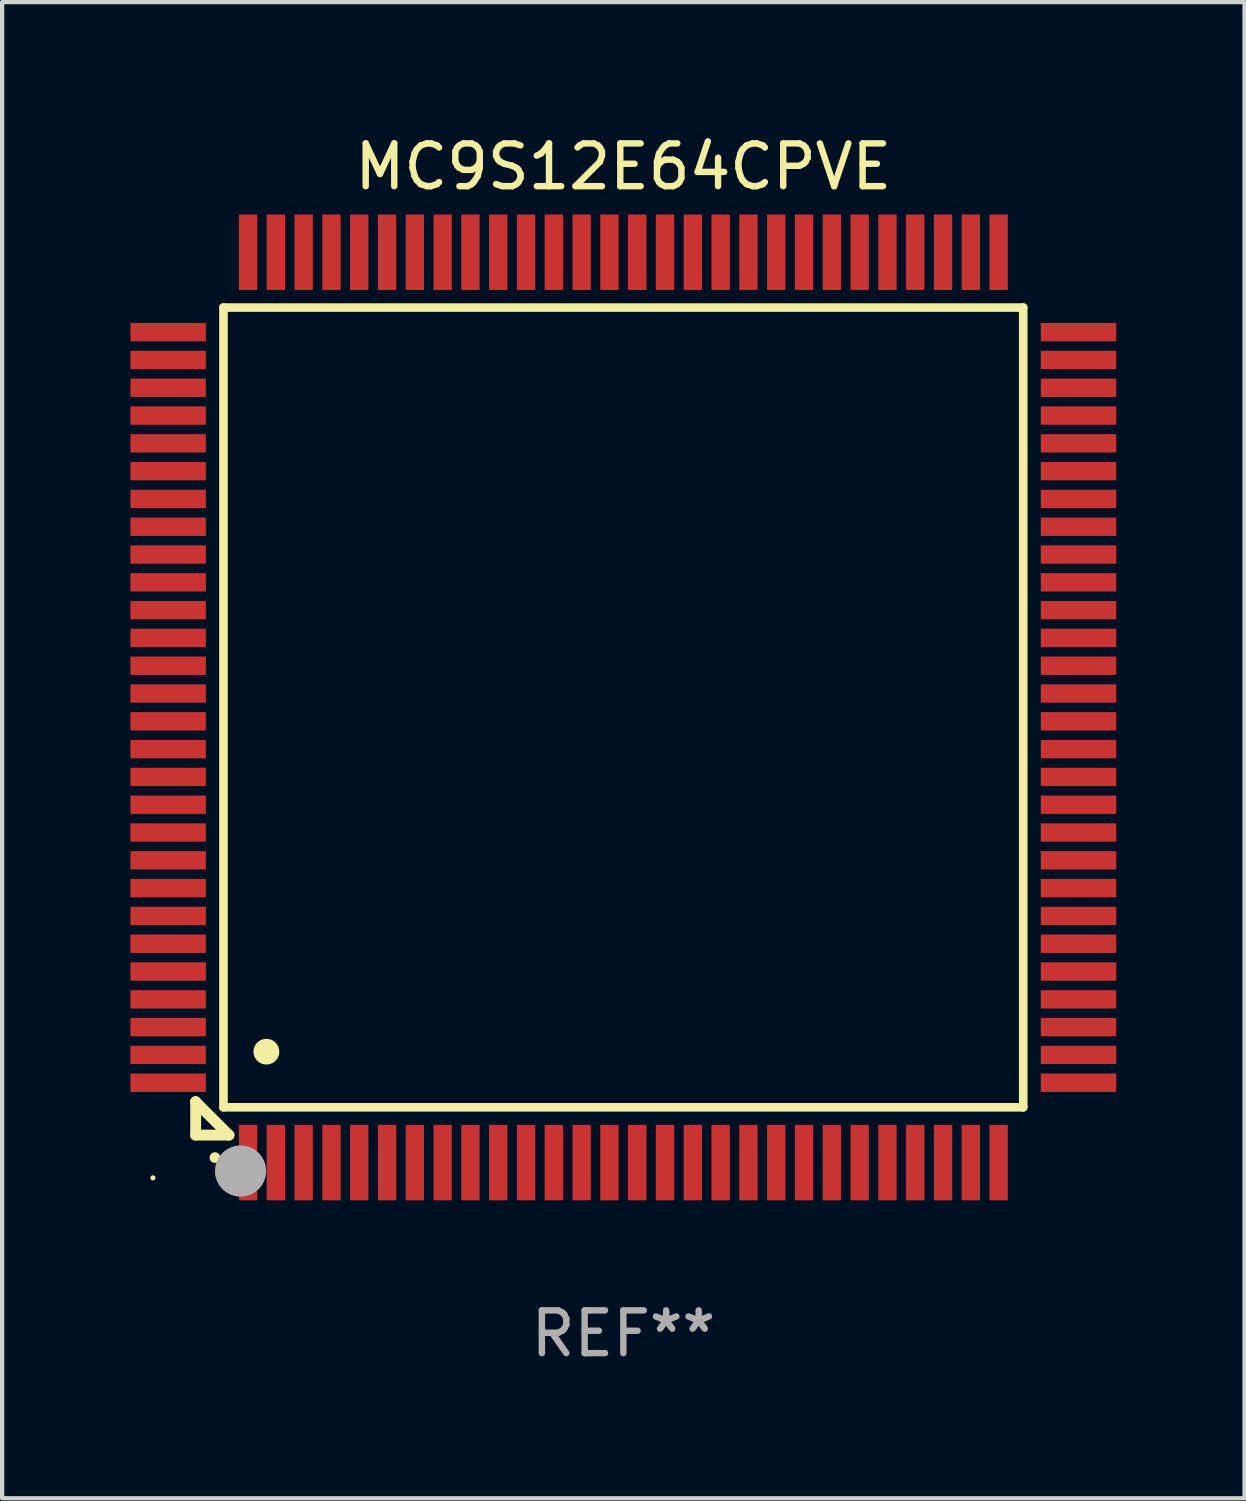
<source format=kicad_pcb>
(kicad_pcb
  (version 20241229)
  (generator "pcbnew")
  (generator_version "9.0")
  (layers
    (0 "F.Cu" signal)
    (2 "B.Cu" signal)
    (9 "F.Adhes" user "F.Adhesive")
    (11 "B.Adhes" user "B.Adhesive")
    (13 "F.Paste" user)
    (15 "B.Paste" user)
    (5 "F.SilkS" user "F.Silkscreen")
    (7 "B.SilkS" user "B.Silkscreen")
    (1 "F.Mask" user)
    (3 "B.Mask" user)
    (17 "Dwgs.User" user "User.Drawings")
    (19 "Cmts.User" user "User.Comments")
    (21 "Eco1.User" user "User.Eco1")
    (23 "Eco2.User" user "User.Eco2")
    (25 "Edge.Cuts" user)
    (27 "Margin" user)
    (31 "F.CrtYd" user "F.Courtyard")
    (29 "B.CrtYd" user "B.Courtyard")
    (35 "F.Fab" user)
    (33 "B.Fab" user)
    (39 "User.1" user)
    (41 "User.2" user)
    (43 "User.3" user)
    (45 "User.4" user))
  (footprint "MC9S12E64CPVE"
    (layer "F.Cu")
    (at 11.525 13.491)
    (property "Reference" "MC9S12E64CPVE" (at 0 -12.643 0) (layer "F.SilkS") (effects (font (size 1 1) (thickness 0.15))))
    (attr through_hole)
    (fp_line (start -10 9.221) (end -10 9.221) (stroke (width 0.254) (type solid)) (layer "F.SilkS"))
    (fp_line (start -10 9.221) (end -10 10) (stroke (width 0.254) (type solid)) (layer "F.SilkS"))
    (fp_line (start -10 9.221) (end -9.221 10) (stroke (width 0.254) (type solid)) (layer "F.SilkS"))
    (fp_line (start -10 10) (end -9.221 10) (stroke (width 0.254) (type solid)) (layer "F.SilkS"))
    (fp_line (start -9.35 -9.35) (end -9.35 9.35) (stroke (width 0.201) (type solid)) (layer "F.SilkS"))
    (fp_line (start -9.35 9.35) (end 9.35 9.35) (stroke (width 0.201) (type solid)) (layer "F.SilkS"))
    (fp_line (start 9.35 -9.35) (end -9.35 -9.35) (stroke (width 0.201) (type solid)) (layer "F.SilkS"))
    (fp_line (start 9.35 9.35) (end 9.35 -9.35) (stroke (width 0.201) (type solid)) (layer "F.SilkS"))
    (fp_arc (start -9.550546 10.525832) (mid -9.549276 10.525826) (end -9.548006 10.525832) (stroke (width 0.24892) (type solid)) (layer "F.SilkS"))
    (fp_arc (start -8.349124 8.049327) (mid -8.346584 8.049316) (end -8.344044 8.049327) (stroke (width 0.599441) (type solid)) (layer "F.SilkS"))
    (fp_circle (center -11 11) (end -10.97 11) (stroke (width 0.06) (type solid)) (fill no) (layer "F.SilkS"))
    (fp_circle (center -8.95 10.84) (end -8.65 10.84) (stroke (width 0.6) (type solid)) (fill no) (layer "F.Fab"))
    (fp_text user "REF**" (at 0 14.643 0) (layer "F.Fab") (effects (font (size 1 1) (thickness 0.15))))
    (pad "1" smd rect (at -8.775 10.643) (size 0.43 1.765) (layers "F.Cu" "F.Mask" "F.Paste"))
    (pad "2" smd rect (at -8.125 10.643) (size 0.43 1.765) (layers "F.Cu" "F.Mask" "F.Paste"))
    (pad "3" smd rect (at -7.475 10.643) (size 0.43 1.765) (layers "F.Cu" "F.Mask" "F.Paste"))
    (pad "4" smd rect (at -6.825 10.643) (size 0.43 1.765) (layers "F.Cu" "F.Mask" "F.Paste"))
    (pad "5" smd rect (at -6.175 10.643) (size 0.43 1.765) (layers "F.Cu" "F.Mask" "F.Paste"))
    (pad "6" smd rect (at -5.525 10.643) (size 0.43 1.765) (layers "F.Cu" "F.Mask" "F.Paste"))
    (pad "7" smd rect (at -4.875 10.643) (size 0.43 1.765) (layers "F.Cu" "F.Mask" "F.Paste"))
    (pad "8" smd rect (at -4.225 10.643) (size 0.43 1.765) (layers "F.Cu" "F.Mask" "F.Paste"))
    (pad "9" smd rect (at -3.575 10.643) (size 0.43 1.765) (layers "F.Cu" "F.Mask" "F.Paste"))
    (pad "10" smd rect (at -2.925 10.643) (size 0.43 1.765) (layers "F.Cu" "F.Mask" "F.Paste"))
    (pad "11" smd rect (at -2.275 10.643) (size 0.43 1.765) (layers "F.Cu" "F.Mask" "F.Paste"))
    (pad "12" smd rect (at -1.625 10.643) (size 0.43 1.765) (layers "F.Cu" "F.Mask" "F.Paste"))
    (pad "13" smd rect (at -0.975 10.643) (size 0.43 1.765) (layers "F.Cu" "F.Mask" "F.Paste"))
    (pad "14" smd rect (at -0.325 10.643) (size 0.43 1.765) (layers "F.Cu" "F.Mask" "F.Paste"))
    (pad "15" smd rect (at 0.325 10.643) (size 0.43 1.765) (layers "F.Cu" "F.Mask" "F.Paste"))
    (pad "16" smd rect (at 0.975 10.643) (size 0.43 1.765) (layers "F.Cu" "F.Mask" "F.Paste"))
    (pad "17" smd rect (at 1.625 10.643) (size 0.43 1.765) (layers "F.Cu" "F.Mask" "F.Paste"))
    (pad "18" smd rect (at 2.275 10.643) (size 0.43 1.765) (layers "F.Cu" "F.Mask" "F.Paste"))
    (pad "19" smd rect (at 2.925 10.643) (size 0.43 1.765) (layers "F.Cu" "F.Mask" "F.Paste"))
    (pad "20" smd rect (at 3.575 10.643) (size 0.43 1.765) (layers "F.Cu" "F.Mask" "F.Paste"))
    (pad "21" smd rect (at 4.225 10.643) (size 0.43 1.765) (layers "F.Cu" "F.Mask" "F.Paste"))
    (pad "22" smd rect (at 4.875 10.643) (size 0.43 1.765) (layers "F.Cu" "F.Mask" "F.Paste"))
    (pad "23" smd rect (at 5.525 10.643) (size 0.43 1.765) (layers "F.Cu" "F.Mask" "F.Paste"))
    (pad "24" smd rect (at 6.175 10.643) (size 0.43 1.765) (layers "F.Cu" "F.Mask" "F.Paste"))
    (pad "25" smd rect (at 6.825 10.643) (size 0.43 1.765) (layers "F.Cu" "F.Mask" "F.Paste"))
    (pad "26" smd rect (at 7.475 10.643) (size 0.43 1.765) (layers "F.Cu" "F.Mask" "F.Paste"))
    (pad "27" smd rect (at 8.125 10.643) (size 0.43 1.765) (layers "F.Cu" "F.Mask" "F.Paste"))
    (pad "28" smd rect (at 8.775 10.643) (size 0.43 1.765) (layers "F.Cu" "F.Mask" "F.Paste"))
    (pad "29" smd rect (at 10.643 8.775) (size 1.765 0.43) (layers "F.Cu" "F.Mask" "F.Paste"))
    (pad "30" smd rect (at 10.643 8.125) (size 1.765 0.43) (layers "F.Cu" "F.Mask" "F.Paste"))
    (pad "31" smd rect (at 10.643 7.475) (size 1.765 0.43) (layers "F.Cu" "F.Mask" "F.Paste"))
    (pad "32" smd rect (at 10.643 6.825) (size 1.765 0.43) (layers "F.Cu" "F.Mask" "F.Paste"))
    (pad "33" smd rect (at 10.643 6.175) (size 1.765 0.43) (layers "F.Cu" "F.Mask" "F.Paste"))
    (pad "34" smd rect (at 10.643 5.525) (size 1.765 0.43) (layers "F.Cu" "F.Mask" "F.Paste"))
    (pad "35" smd rect (at 10.643 4.875) (size 1.765 0.43) (layers "F.Cu" "F.Mask" "F.Paste"))
    (pad "36" smd rect (at 10.643 4.225) (size 1.765 0.43) (layers "F.Cu" "F.Mask" "F.Paste"))
    (pad "37" smd rect (at 10.643 3.575) (size 1.765 0.43) (layers "F.Cu" "F.Mask" "F.Paste"))
    (pad "38" smd rect (at 10.643 2.925) (size 1.765 0.43) (layers "F.Cu" "F.Mask" "F.Paste"))
    (pad "39" smd rect (at 10.643 2.275) (size 1.765 0.43) (layers "F.Cu" "F.Mask" "F.Paste"))
    (pad "40" smd rect (at 10.643 1.625) (size 1.765 0.43) (layers "F.Cu" "F.Mask" "F.Paste"))
    (pad "41" smd rect (at 10.643 0.975) (size 1.765 0.43) (layers "F.Cu" "F.Mask" "F.Paste"))
    (pad "42" smd rect (at 10.643 0.325) (size 1.765 0.43) (layers "F.Cu" "F.Mask" "F.Paste"))
    (pad "43" smd rect (at 10.643 -0.325) (size 1.765 0.43) (layers "F.Cu" "F.Mask" "F.Paste"))
    (pad "44" smd rect (at 10.643 -0.975) (size 1.765 0.43) (layers "F.Cu" "F.Mask" "F.Paste"))
    (pad "45" smd rect (at 10.643 -1.625) (size 1.765 0.43) (layers "F.Cu" "F.Mask" "F.Paste"))
    (pad "46" smd rect (at 10.643 -2.275) (size 1.765 0.43) (layers "F.Cu" "F.Mask" "F.Paste"))
    (pad "47" smd rect (at 10.643 -2.925) (size 1.765 0.43) (layers "F.Cu" "F.Mask" "F.Paste"))
    (pad "48" smd rect (at 10.643 -3.575) (size 1.765 0.43) (layers "F.Cu" "F.Mask" "F.Paste"))
    (pad "49" smd rect (at 10.643 -4.225) (size 1.765 0.43) (layers "F.Cu" "F.Mask" "F.Paste"))
    (pad "50" smd rect (at 10.643 -4.875) (size 1.765 0.43) (layers "F.Cu" "F.Mask" "F.Paste"))
    (pad "51" smd rect (at 10.643 -5.525) (size 1.765 0.43) (layers "F.Cu" "F.Mask" "F.Paste"))
    (pad "52" smd rect (at 10.643 -6.175) (size 1.765 0.43) (layers "F.Cu" "F.Mask" "F.Paste"))
    (pad "53" smd rect (at 10.643 -6.825) (size 1.765 0.43) (layers "F.Cu" "F.Mask" "F.Paste"))
    (pad "54" smd rect (at 10.643 -7.475) (size 1.765 0.43) (layers "F.Cu" "F.Mask" "F.Paste"))
    (pad "55" smd rect (at 10.643 -8.125) (size 1.765 0.43) (layers "F.Cu" "F.Mask" "F.Paste"))
    (pad "56" smd rect (at 10.643 -8.775) (size 1.765 0.43) (layers "F.Cu" "F.Mask" "F.Paste"))
    (pad "57" smd rect (at 8.775 -10.643) (size 0.43 1.765) (layers "F.Cu" "F.Mask" "F.Paste"))
    (pad "58" smd rect (at 8.125 -10.643) (size 0.43 1.765) (layers "F.Cu" "F.Mask" "F.Paste"))
    (pad "59" smd rect (at 7.475 -10.643) (size 0.43 1.765) (layers "F.Cu" "F.Mask" "F.Paste"))
    (pad "60" smd rect (at 6.825 -10.643) (size 0.43 1.765) (layers "F.Cu" "F.Mask" "F.Paste"))
    (pad "61" smd rect (at 6.175 -10.643) (size 0.43 1.765) (layers "F.Cu" "F.Mask" "F.Paste"))
    (pad "62" smd rect (at 5.525 -10.643) (size 0.43 1.765) (layers "F.Cu" "F.Mask" "F.Paste"))
    (pad "63" smd rect (at 4.875 -10.643) (size 0.43 1.765) (layers "F.Cu" "F.Mask" "F.Paste"))
    (pad "64" smd rect (at 4.225 -10.643) (size 0.43 1.765) (layers "F.Cu" "F.Mask" "F.Paste"))
    (pad "65" smd rect (at 3.575 -10.643) (size 0.43 1.765) (layers "F.Cu" "F.Mask" "F.Paste"))
    (pad "66" smd rect (at 2.925 -10.643) (size 0.43 1.765) (layers "F.Cu" "F.Mask" "F.Paste"))
    (pad "67" smd rect (at 2.275 -10.643) (size 0.43 1.765) (layers "F.Cu" "F.Mask" "F.Paste"))
    (pad "68" smd rect (at 1.625 -10.643) (size 0.43 1.765) (layers "F.Cu" "F.Mask" "F.Paste"))
    (pad "69" smd rect (at 0.975 -10.643) (size 0.43 1.765) (layers "F.Cu" "F.Mask" "F.Paste"))
    (pad "70" smd rect (at 0.325 -10.643) (size 0.43 1.765) (layers "F.Cu" "F.Mask" "F.Paste"))
    (pad "71" smd rect (at -0.325 -10.643) (size 0.43 1.765) (layers "F.Cu" "F.Mask" "F.Paste"))
    (pad "72" smd rect (at -0.975 -10.643) (size 0.43 1.765) (layers "F.Cu" "F.Mask" "F.Paste"))
    (pad "73" smd rect (at -1.625 -10.643) (size 0.43 1.765) (layers "F.Cu" "F.Mask" "F.Paste"))
    (pad "74" smd rect (at -2.275 -10.643) (size 0.43 1.765) (layers "F.Cu" "F.Mask" "F.Paste"))
    (pad "75" smd rect (at -2.925 -10.643) (size 0.43 1.765) (layers "F.Cu" "F.Mask" "F.Paste"))
    (pad "76" smd rect (at -3.575 -10.643) (size 0.43 1.765) (layers "F.Cu" "F.Mask" "F.Paste"))
    (pad "77" smd rect (at -4.225 -10.643) (size 0.43 1.765) (layers "F.Cu" "F.Mask" "F.Paste"))
    (pad "78" smd rect (at -4.875 -10.643) (size 0.43 1.765) (layers "F.Cu" "F.Mask" "F.Paste"))
    (pad "79" smd rect (at -5.525 -10.643) (size 0.43 1.765) (layers "F.Cu" "F.Mask" "F.Paste"))
    (pad "80" smd rect (at -6.175 -10.643) (size 0.43 1.765) (layers "F.Cu" "F.Mask" "F.Paste"))
    (pad "81" smd rect (at -6.825 -10.643) (size 0.43 1.765) (layers "F.Cu" "F.Mask" "F.Paste"))
    (pad "82" smd rect (at -7.475 -10.643) (size 0.43 1.765) (layers "F.Cu" "F.Mask" "F.Paste"))
    (pad "83" smd rect (at -8.125 -10.643) (size 0.43 1.765) (layers "F.Cu" "F.Mask" "F.Paste"))
    (pad "84" smd rect (at -8.775 -10.643) (size 0.43 1.765) (layers "F.Cu" "F.Mask" "F.Paste"))
    (pad "85" smd rect (at -10.643 -8.775) (size 1.765 0.43) (layers "F.Cu" "F.Mask" "F.Paste"))
    (pad "86" smd rect (at -10.643 -8.125) (size 1.765 0.43) (layers "F.Cu" "F.Mask" "F.Paste"))
    (pad "87" smd rect (at -10.643 -7.475) (size 1.765 0.43) (layers "F.Cu" "F.Mask" "F.Paste"))
    (pad "88" smd rect (at -10.643 -6.825) (size 1.765 0.43) (layers "F.Cu" "F.Mask" "F.Paste"))
    (pad "89" smd rect (at -10.643 -6.175) (size 1.765 0.43) (layers "F.Cu" "F.Mask" "F.Paste"))
    (pad "90" smd rect (at -10.643 -5.525) (size 1.765 0.43) (layers "F.Cu" "F.Mask" "F.Paste"))
    (pad "91" smd rect (at -10.643 -4.875) (size 1.765 0.43) (layers "F.Cu" "F.Mask" "F.Paste"))
    (pad "92" smd rect (at -10.643 -4.225) (size 1.765 0.43) (layers "F.Cu" "F.Mask" "F.Paste"))
    (pad "93" smd rect (at -10.643 -3.575) (size 1.765 0.43) (layers "F.Cu" "F.Mask" "F.Paste"))
    (pad "94" smd rect (at -10.643 -2.925) (size 1.765 0.43) (layers "F.Cu" "F.Mask" "F.Paste"))
    (pad "95" smd rect (at -10.643 -2.275) (size 1.765 0.43) (layers "F.Cu" "F.Mask" "F.Paste"))
    (pad "96" smd rect (at -10.643 -1.625) (size 1.765 0.43) (layers "F.Cu" "F.Mask" "F.Paste"))
    (pad "97" smd rect (at -10.643 -0.975) (size 1.765 0.43) (layers "F.Cu" "F.Mask" "F.Paste"))
    (pad "98" smd rect (at -10.643 -0.325) (size 1.765 0.43) (layers "F.Cu" "F.Mask" "F.Paste"))
    (pad "99" smd rect (at -10.643 0.325) (size 1.765 0.43) (layers "F.Cu" "F.Mask" "F.Paste"))
    (pad "100" smd rect (at -10.643 0.975) (size 1.765 0.43) (layers "F.Cu" "F.Mask" "F.Paste"))
    (pad "101" smd rect (at -10.643 1.625) (size 1.765 0.43) (layers "F.Cu" "F.Mask" "F.Paste"))
    (pad "102" smd rect (at -10.643 2.275) (size 1.765 0.43) (layers "F.Cu" "F.Mask" "F.Paste"))
    (pad "103" smd rect (at -10.643 2.925) (size 1.765 0.43) (layers "F.Cu" "F.Mask" "F.Paste"))
    (pad "104" smd rect (at -10.643 3.575) (size 1.765 0.43) (layers "F.Cu" "F.Mask" "F.Paste"))
    (pad "105" smd rect (at -10.643 4.225) (size 1.765 0.43) (layers "F.Cu" "F.Mask" "F.Paste"))
    (pad "106" smd rect (at -10.643 4.875) (size 1.765 0.43) (layers "F.Cu" "F.Mask" "F.Paste"))
    (pad "107" smd rect (at -10.643 5.525) (size 1.765 0.43) (layers "F.Cu" "F.Mask" "F.Paste"))
    (pad "108" smd rect (at -10.643 6.175) (size 1.765 0.43) (layers "F.Cu" "F.Mask" "F.Paste"))
    (pad "109" smd rect (at -10.643 6.825) (size 1.765 0.43) (layers "F.Cu" "F.Mask" "F.Paste"))
    (pad "110" smd rect (at -10.643 7.475) (size 1.765 0.43) (layers "F.Cu" "F.Mask" "F.Paste"))
    (pad "111" smd rect (at -10.643 8.125) (size 1.765 0.43) (layers "F.Cu" "F.Mask" "F.Paste"))
    (pad "112" smd rect (at -10.643 8.775) (size 1.765 0.43) (layers "F.Cu" "F.Mask" "F.Paste")))
  (gr_rect
    (start -3 -3)
    (end 26.05 31.982)
    (stroke (width 0.1) (type default))
    (fill no)
    (layer "Edge.Cuts")))
</source>
